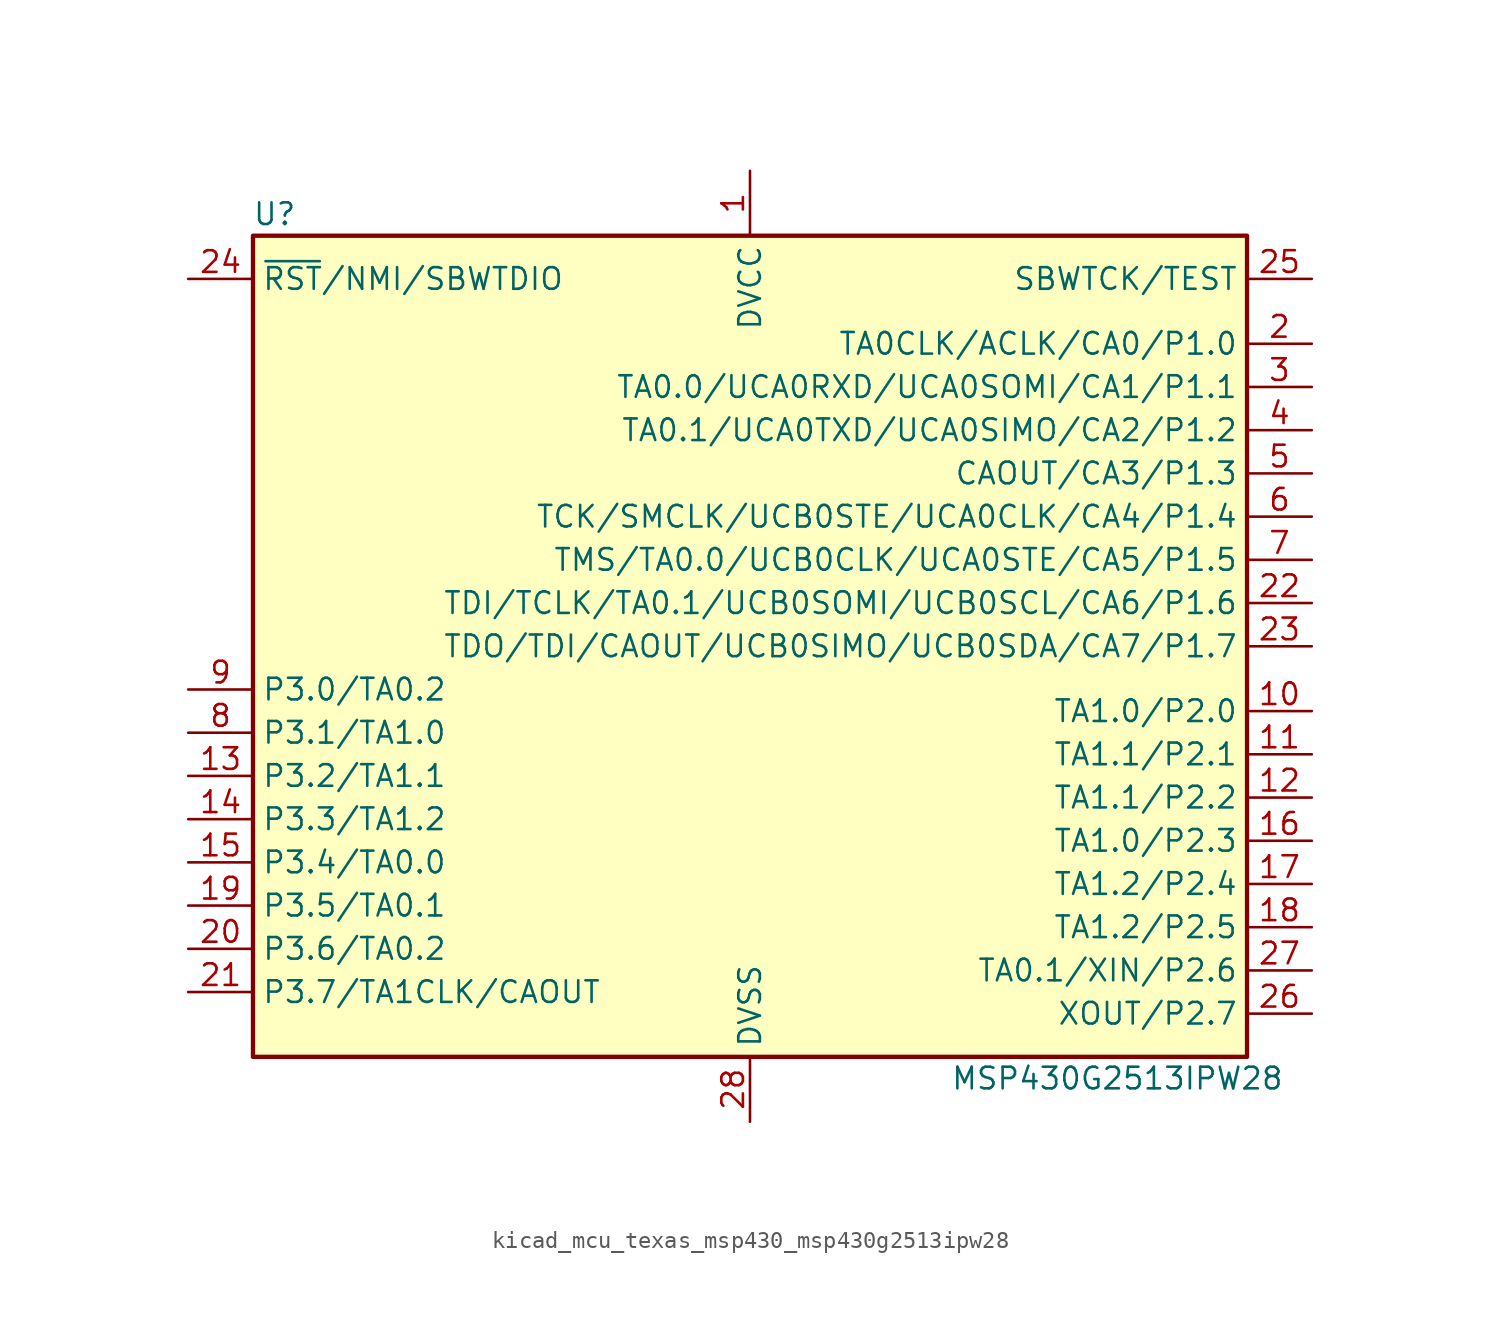
<source format=kicad_sym>
(kicad_symbol_lib
  (version 20220914)
  (generator kicad_symbol_editor)
  (symbol "kicad_mcu_texas_msp430_msp430g2513ipw28"
    (property "Reference" "U"
      (at -27.94 25.4 0)
      (effects (font (size 1.27 1.27))))
    (property "Value" "MSP430G2513IPW28"
      (at 21.59 -25.4 0)
      (effects (font (size 1.27 1.27))))
    (symbol "kicad_mcu_texas_msp430_msp430g2513ipw28_0_1"
      (rectangle (start -29.21 24.13) (end 29.21 -24.13) (stroke (width 0.254) (type default)) (fill (type background))))
    (symbol "kicad_mcu_texas_msp430_msp430g2513ipw28_1_1"
      (pin power_in line (at 0 27.94 270) (length 3.81) (name "DVCC" (effects (font (size 1.27 1.27)))) (number "1" (effects (font (size 1.27 1.27)))))
      (pin bidirectional line (at 33.02 -3.81 180) (length 3.81) (name "TA1.0/P2.0" (effects (font (size 1.27 1.27)))) (number "10" (effects (font (size 1.27 1.27)))))
      (pin bidirectional line (at 33.02 -6.35 180) (length 3.81) (name "TA1.1/P2.1" (effects (font (size 1.27 1.27)))) (number "11" (effects (font (size 1.27 1.27)))))
      (pin bidirectional line (at 33.02 -8.89 180) (length 3.81) (name "TA1.1/P2.2" (effects (font (size 1.27 1.27)))) (number "12" (effects (font (size 1.27 1.27)))))
      (pin bidirectional line (at -33.02 -7.62 0) (length 3.81) (name "P3.2/TA1.1" (effects (font (size 1.27 1.27)))) (number "13" (effects (font (size 1.27 1.27)))))
      (pin bidirectional line (at -33.02 -10.16 0) (length 3.81) (name "P3.3/TA1.2" (effects (font (size 1.27 1.27)))) (number "14" (effects (font (size 1.27 1.27)))))
      (pin bidirectional line (at -33.02 -12.7 0) (length 3.81) (name "P3.4/TA0.0" (effects (font (size 1.27 1.27)))) (number "15" (effects (font (size 1.27 1.27)))))
      (pin bidirectional line (at 33.02 -11.43 180) (length 3.81) (name "TA1.0/P2.3" (effects (font (size 1.27 1.27)))) (number "16" (effects (font (size 1.27 1.27)))))
      (pin bidirectional line (at 33.02 -13.97 180) (length 3.81) (name "TA1.2/P2.4" (effects (font (size 1.27 1.27)))) (number "17" (effects (font (size 1.27 1.27)))))
      (pin bidirectional line (at 33.02 -16.51 180) (length 3.81) (name "TA1.2/P2.5" (effects (font (size 1.27 1.27)))) (number "18" (effects (font (size 1.27 1.27)))))
      (pin bidirectional line (at -33.02 -15.24 0) (length 3.81) (name "P3.5/TA0.1" (effects (font (size 1.27 1.27)))) (number "19" (effects (font (size 1.27 1.27)))))
      (pin bidirectional line (at 33.02 17.78 180) (length 3.81) (name "TA0CLK/ACLK/CA0/P1.0" (effects (font (size 1.27 1.27)))) (number "2" (effects (font (size 1.27 1.27)))))
      (pin bidirectional line (at -33.02 -17.78 0) (length 3.81) (name "P3.6/TA0.2" (effects (font (size 1.27 1.27)))) (number "20" (effects (font (size 1.27 1.27)))))
      (pin bidirectional line (at -33.02 -20.32 0) (length 3.81) (name "P3.7/TA1CLK/CAOUT" (effects (font (size 1.27 1.27)))) (number "21" (effects (font (size 1.27 1.27)))))
      (pin bidirectional line (at 33.02 2.54 180) (length 3.81) (name "TDI/TCLK/TA0.1/UCB0SOMI/UCB0SCL/CA6/P1.6" (effects (font (size 1.27 1.27)))) (number "22" (effects (font (size 1.27 1.27)))))
      (pin bidirectional line (at 33.02 0 180) (length 3.81) (name "TDO/TDI/CAOUT/UCB0SIMO/UCB0SDA/CA7/P1.7" (effects (font (size 1.27 1.27)))) (number "23" (effects (font (size 1.27 1.27)))))
      (pin input line (at -33.02 21.59 0) (length 3.81) (name "~{RST}/NMI/SBWTDIO" (effects (font (size 1.27 1.27)))) (number "24" (effects (font (size 1.27 1.27)))))
      (pin input line (at 33.02 21.59 180) (length 3.81) (name "SBWTCK/TEST" (effects (font (size 1.27 1.27)))) (number "25" (effects (font (size 1.27 1.27)))))
      (pin bidirectional line (at 33.02 -21.59 180) (length 3.81) (name "XOUT/P2.7" (effects (font (size 1.27 1.27)))) (number "26" (effects (font (size 1.27 1.27)))))
      (pin bidirectional line (at 33.02 -19.05 180) (length 3.81) (name "TA0.1/XIN/P2.6" (effects (font (size 1.27 1.27)))) (number "27" (effects (font (size 1.27 1.27)))))
      (pin power_in line (at 0 -27.94 90) (length 3.81) (name "DVSS" (effects (font (size 1.27 1.27)))) (number "28" (effects (font (size 1.27 1.27)))))
      (pin bidirectional line (at 33.02 15.24 180) (length 3.81) (name "TA0.0/UCA0RXD/UCA0SOMI/CA1/P1.1" (effects (font (size 1.27 1.27)))) (number "3" (effects (font (size 1.27 1.27)))))
      (pin bidirectional line (at 33.02 12.7 180) (length 3.81) (name "TA0.1/UCA0TXD/UCA0SIMO/CA2/P1.2" (effects (font (size 1.27 1.27)))) (number "4" (effects (font (size 1.27 1.27)))))
      (pin bidirectional line (at 33.02 10.16 180) (length 3.81) (name "CAOUT/CA3/P1.3" (effects (font (size 1.27 1.27)))) (number "5" (effects (font (size 1.27 1.27)))))
      (pin bidirectional line (at 33.02 7.62 180) (length 3.81) (name "TCK/SMCLK/UCB0STE/UCA0CLK/CA4/P1.4" (effects (font (size 1.27 1.27)))) (number "6" (effects (font (size 1.27 1.27)))))
      (pin bidirectional line (at 33.02 5.08 180) (length 3.81) (name "TMS/TA0.0/UCB0CLK/UCA0STE/CA5/P1.5" (effects (font (size 1.27 1.27)))) (number "7" (effects (font (size 1.27 1.27)))))
      (pin bidirectional line (at -33.02 -5.08 0) (length 3.81) (name "P3.1/TA1.0" (effects (font (size 1.27 1.27)))) (number "8" (effects (font (size 1.27 1.27)))))
      (pin bidirectional line (at -33.02 -2.54 0) (length 3.81) (name "P3.0/TA0.2" (effects (font (size 1.27 1.27)))) (number "9" (effects (font (size 1.27 1.27))))))))
</source>
